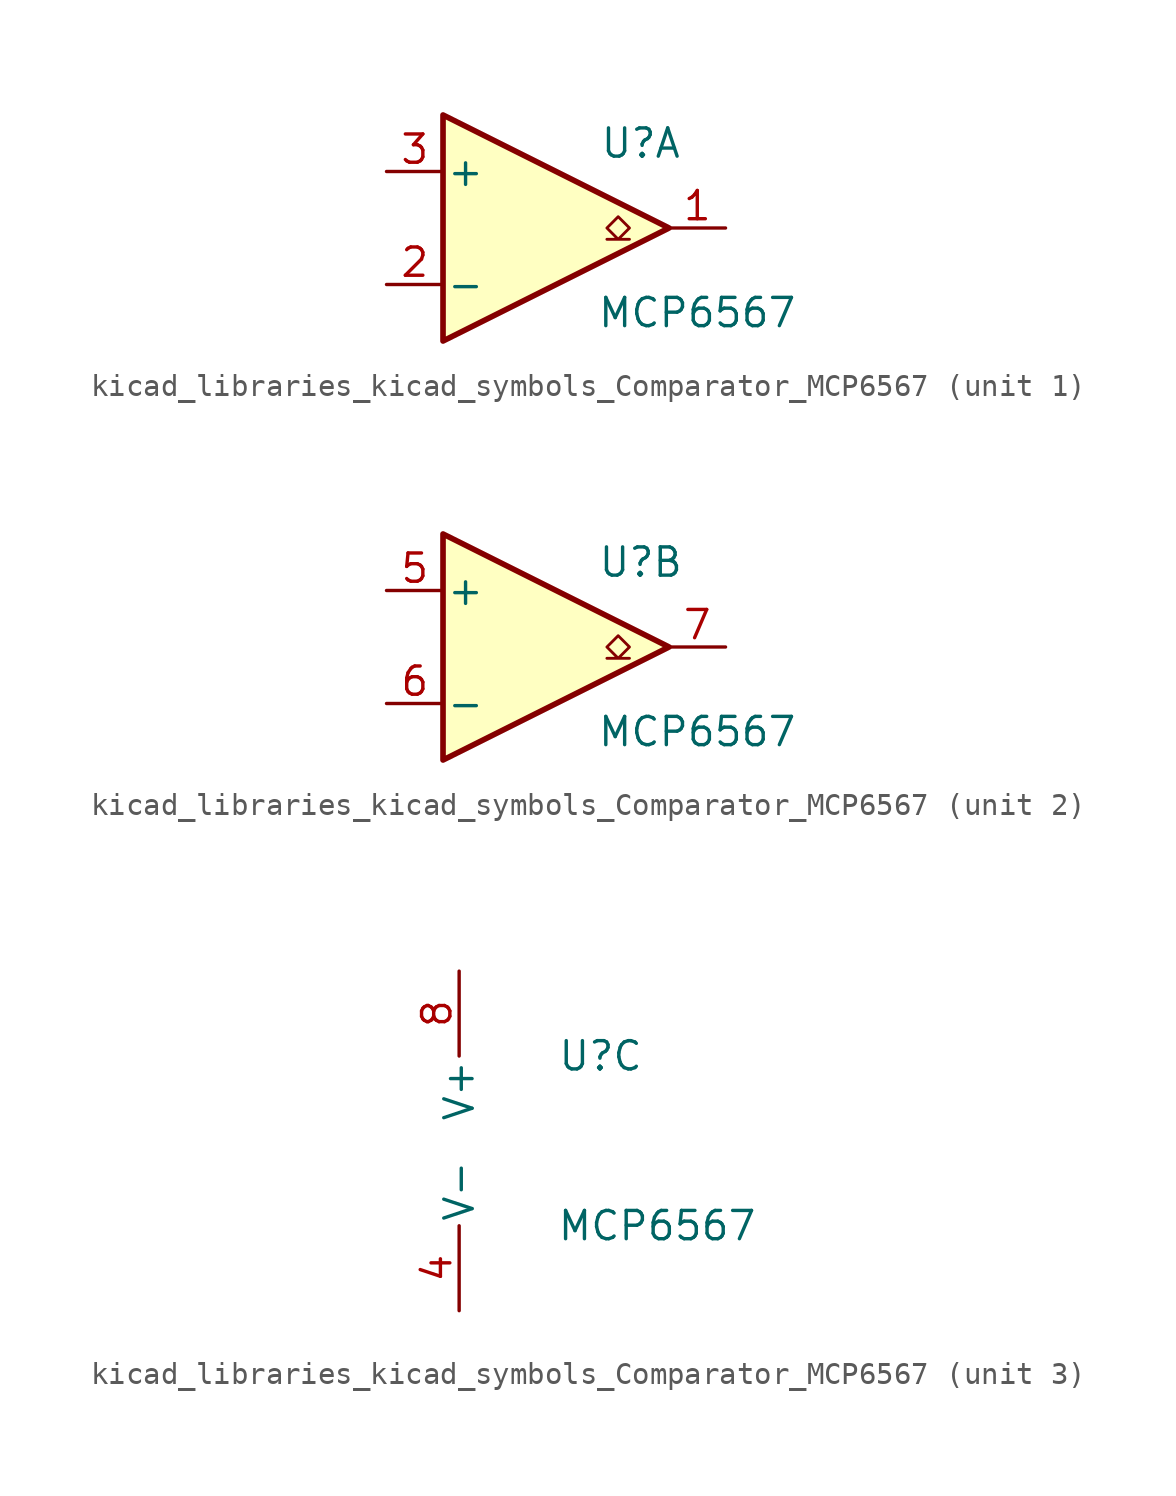
<source format=kicad_sym>
(kicad_symbol_lib
  (version 20220914)
  (generator kicad_symbol_editor)
  (symbol "kicad_libraries_kicad_symbols_Comparator_MCP6567"
    (pin_names
      (offset 0.127))
    (property "Reference" "U"
      (at 3.81 3.81 0)
      (effects (font (size 1.27 1.27))))
    (property "Value" "MCP6567"
      (at 6.35 -3.81 0)
      (effects (font (size 1.27 1.27))))
    (property "ki_locked" ""
      (at 0 0 0)
      (effects (font (size 1.27 1.27))))
    (symbol "kicad_libraries_kicad_symbols_Comparator_MCP6567_1_1"
      (polyline (pts (xy -5.08 5.08) (xy 5.08 0) (xy -5.08 -5.08) (xy -5.08 5.08)) (stroke (width 0.254) (type default)) (fill (type background)))
      (polyline (pts (xy 3.302 -0.508) (xy 2.794 -0.508) (xy 3.302 0) (xy 2.794 0.508) (xy 2.286 0) (xy 2.794 -0.508) (xy 2.286 -0.508)) (stroke (width 0.127) (type default)) (fill (type none)))
      (pin open_collector line (at 7.62 0 180) (length 2.54) (name "~" (effects (font (size 1.27 1.27)))) (number "1" (effects (font (size 1.27 1.27)))))
      (pin input line (at -7.62 -2.54 0) (length 2.54) (name "-" (effects (font (size 1.27 1.27)))) (number "2" (effects (font (size 1.27 1.27)))))
      (pin input line (at -7.62 2.54 0) (length 2.54) (name "+" (effects (font (size 1.27 1.27)))) (number "3" (effects (font (size 1.27 1.27))))))
    (symbol "kicad_libraries_kicad_symbols_Comparator_MCP6567_2_1"
      (polyline (pts (xy -5.08 5.08) (xy 5.08 0) (xy -5.08 -5.08) (xy -5.08 5.08)) (stroke (width 0.254) (type default)) (fill (type background)))
      (polyline (pts (xy 3.302 -0.508) (xy 2.794 -0.508) (xy 3.302 0) (xy 2.794 0.508) (xy 2.286 0) (xy 2.794 -0.508) (xy 2.286 -0.508)) (stroke (width 0.127) (type default)) (fill (type none)))
      (pin input line (at -7.62 2.54 0) (length 2.54) (name "+" (effects (font (size 1.27 1.27)))) (number "5" (effects (font (size 1.27 1.27)))))
      (pin input line (at -7.62 -2.54 0) (length 2.54) (name "-" (effects (font (size 1.27 1.27)))) (number "6" (effects (font (size 1.27 1.27)))))
      (pin open_collector line (at 7.62 0 180) (length 2.54) (name "~" (effects (font (size 1.27 1.27)))) (number "7" (effects (font (size 1.27 1.27))))))
    (symbol "kicad_libraries_kicad_symbols_Comparator_MCP6567_3_1"
      (pin power_in line (at -2.54 -7.62 90) (length 3.81) (name "V-" (effects (font (size 1.27 1.27)))) (number "4" (effects (font (size 1.27 1.27)))))
      (pin power_in line (at -2.54 7.62 270) (length 3.81) (name "V+" (effects (font (size 1.27 1.27)))) (number "8" (effects (font (size 1.27 1.27))))))))
</source>
